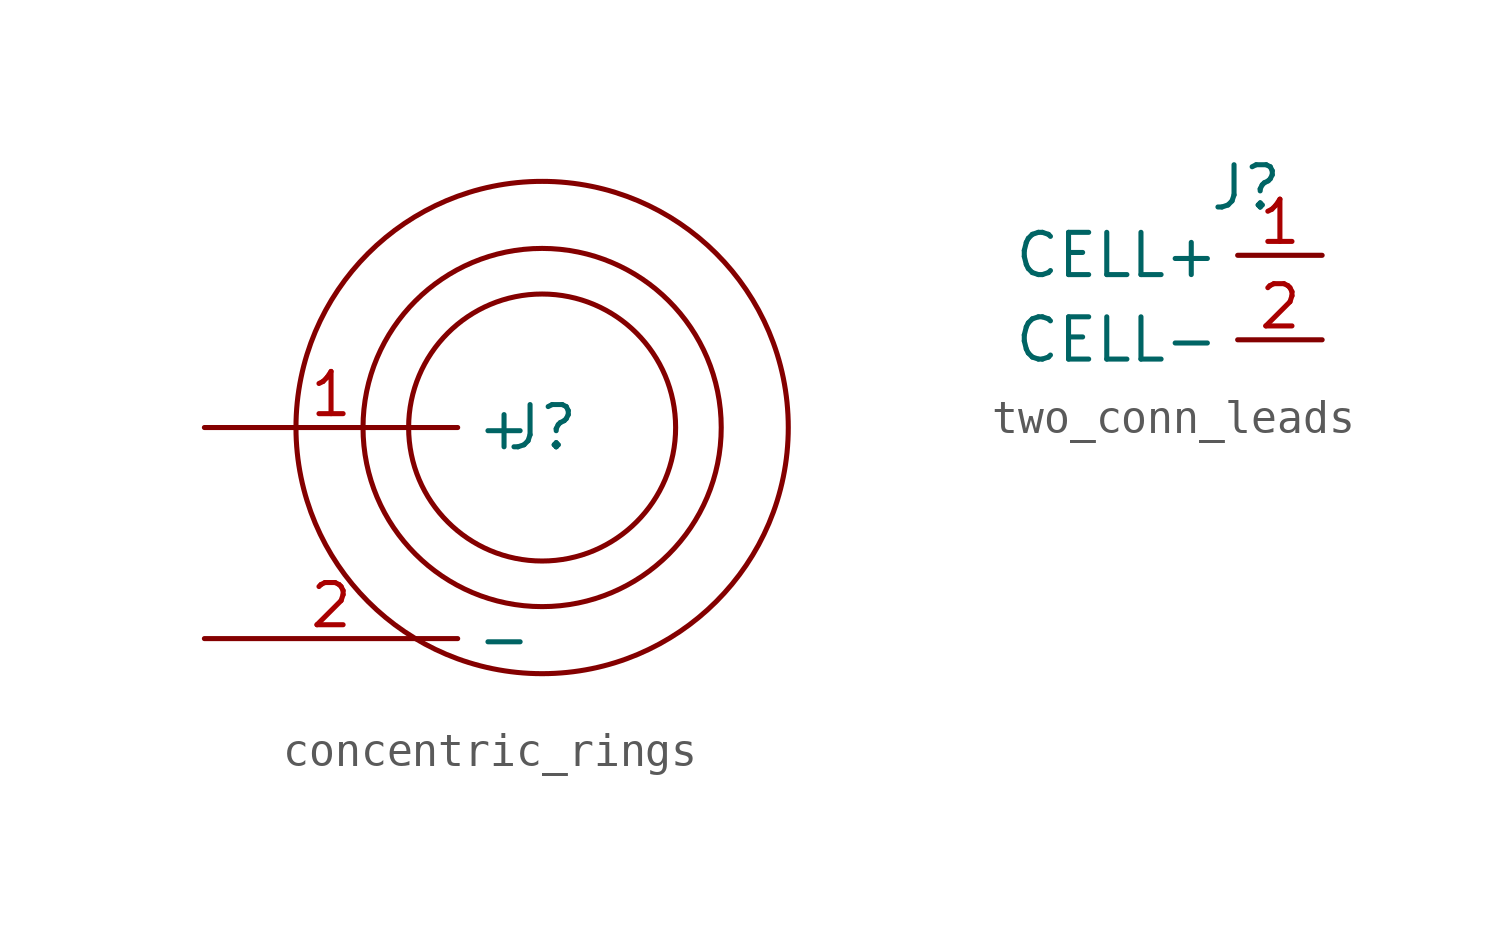
<source format=kicad_sym>
(kicad_symbol_lib
  (version 20241209)
  (generator "kicad_symbol_editor")
  (generator_version "9.0")
  (symbol "concentric_rings"
    (property "Reference" "J"
      (at 0 0 0)
      (effects (font (size 1.27 1.27))))
    (property "Value" ""
      (at 0 0 0)
      (effects (font (size 1.27 1.27))))
    (symbol "concentric_rings_0_1"
      (circle (center 0 0) (radius 4.016) (stroke (width 0) (type default)) (fill (type none)))
      (circle (center 0 0) (radius 5.388) (stroke (width 0) (type default)) (fill (type none)))
      (circle (center 0 0) (radius 7.405) (stroke (width 0) (type default)) (fill (type none))))
    (symbol "concentric_rings_1_1"
      (pin power_in line (at -10.16 0 0) (length 7.62) (name "+" (effects (font (size 1.27 1.27)))) (number "1" (effects (font (size 1.27 1.27)))))
      (pin power_in line (at -10.16 -6.35 0) (length 7.62) (name "-" (effects (font (size 1.27 1.27)))) (number "2" (effects (font (size 1.27 1.27)))))))
  (symbol "two_conn_leads"
    (property "Reference" "J"
      (at -2.286 3.302 0)
      (effects (font (size 1.27 1.27))))
    (property "Value" ""
      (at 0 0 0)
      (effects (font (size 1.27 1.27))))
    (symbol "two_conn_leads_1_1"
      (pin input line (at 0 1.27 180) (length 2.54) (name "CELL+" (effects (font (size 1.27 1.27)))) (number "1" (effects (font (size 1.27 1.27)))))
      (pin input line (at 0 -1.27 180) (length 2.54) (name "CELL-" (effects (font (size 1.27 1.27)))) (number "2" (effects (font (size 1.27 1.27))))))))
</source>
